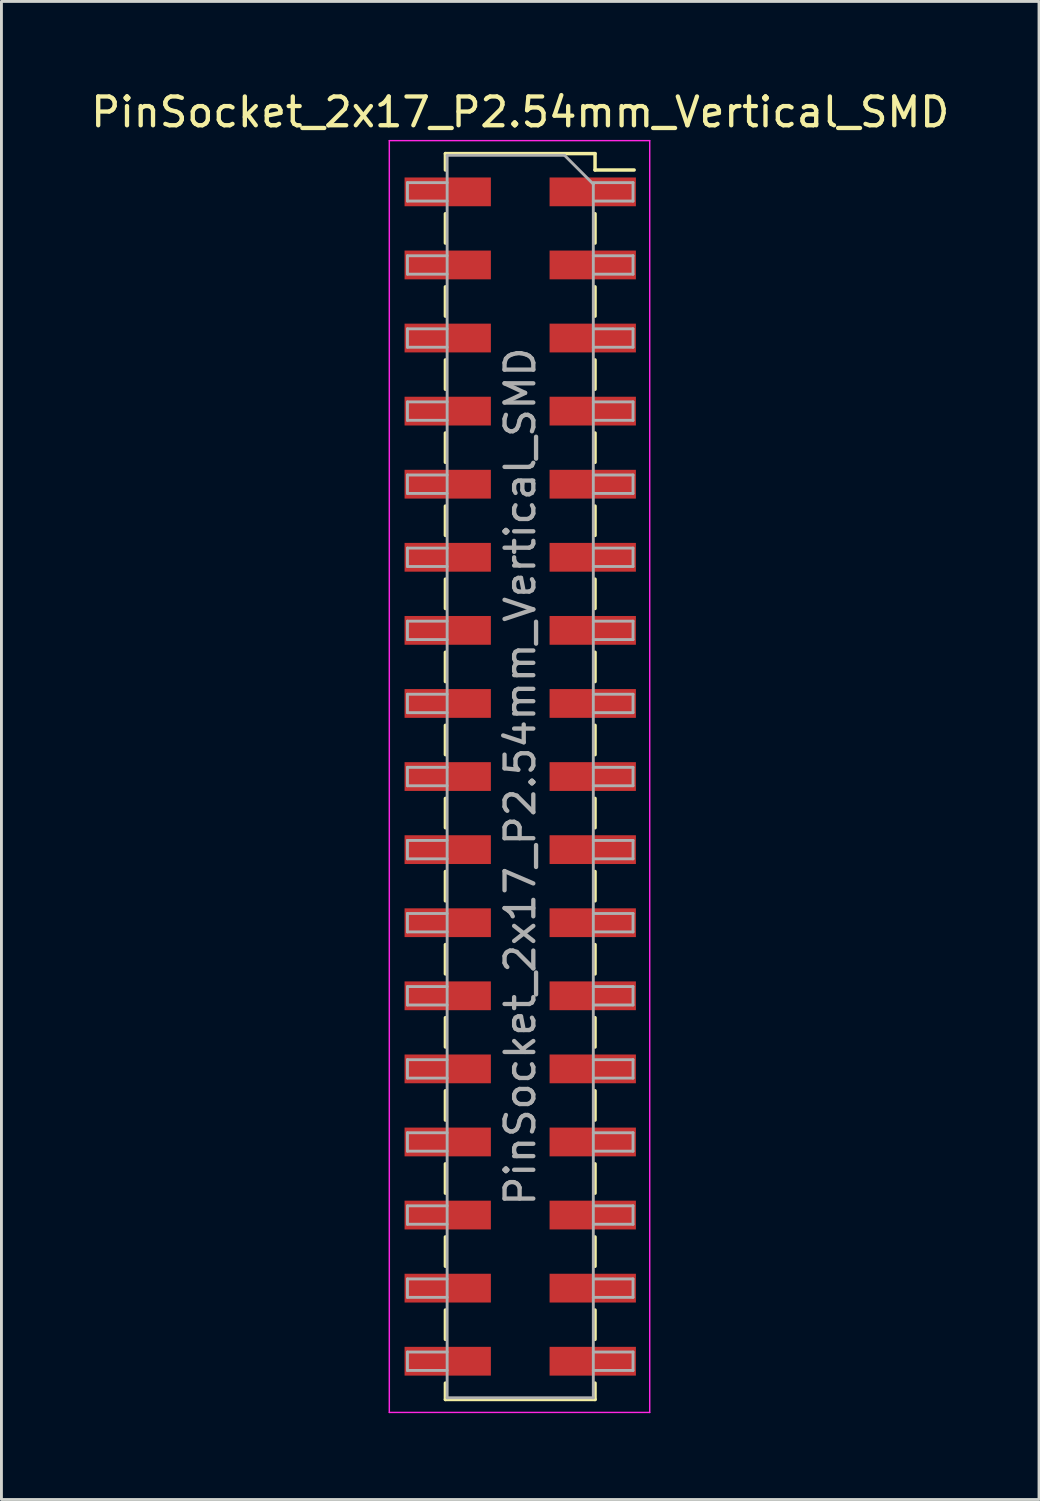
<source format=kicad_pcb>
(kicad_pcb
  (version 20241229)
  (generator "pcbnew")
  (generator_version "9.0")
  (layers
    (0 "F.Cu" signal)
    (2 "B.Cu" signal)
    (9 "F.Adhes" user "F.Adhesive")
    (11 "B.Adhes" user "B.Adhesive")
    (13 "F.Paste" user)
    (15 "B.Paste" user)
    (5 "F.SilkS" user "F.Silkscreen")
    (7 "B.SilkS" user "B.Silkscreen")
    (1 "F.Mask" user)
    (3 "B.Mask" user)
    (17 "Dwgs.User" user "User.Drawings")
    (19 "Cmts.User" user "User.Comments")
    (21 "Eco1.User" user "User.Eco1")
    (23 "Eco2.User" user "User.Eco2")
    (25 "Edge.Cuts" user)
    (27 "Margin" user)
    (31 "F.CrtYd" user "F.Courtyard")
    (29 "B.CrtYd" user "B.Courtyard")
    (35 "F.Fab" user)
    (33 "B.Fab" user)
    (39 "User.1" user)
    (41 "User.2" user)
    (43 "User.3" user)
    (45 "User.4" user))
  (footprint "PinSocket_2x17_P2.54mm_Vertical_SMD"
    (layer "F.Cu")
    (at 15.03 23.938)
    (property "Reference" "PinSocket_2x17_P2.54mm_Vertical_SMD" (at 0 -23.09 0) (layer "F.SilkS") (effects (font (size 1 1) (thickness 0.15))))
    (attr smd)
    (fp_line (start -2.6 -21.65) (end -2.6 -21.08) (stroke (width 0.12) (type solid)) (layer "F.SilkS"))
    (fp_line (start -2.6 -21.65) (end 2.6 -21.65) (stroke (width 0.12) (type solid)) (layer "F.SilkS"))
    (fp_line (start -2.6 -19.56) (end -2.6 -18.54) (stroke (width 0.12) (type solid)) (layer "F.SilkS"))
    (fp_line (start -2.6 -17.02) (end -2.6 -16) (stroke (width 0.12) (type solid)) (layer "F.SilkS"))
    (fp_line (start -2.6 -14.48) (end -2.6 -13.46) (stroke (width 0.12) (type solid)) (layer "F.SilkS"))
    (fp_line (start -2.6 -11.94) (end -2.6 -10.92) (stroke (width 0.12) (type solid)) (layer "F.SilkS"))
    (fp_line (start -2.6 -9.4) (end -2.6 -8.38) (stroke (width 0.12) (type solid)) (layer "F.SilkS"))
    (fp_line (start -2.6 -6.86) (end -2.6 -5.84) (stroke (width 0.12) (type solid)) (layer "F.SilkS"))
    (fp_line (start -2.6 -4.32) (end -2.6 -3.3) (stroke (width 0.12) (type solid)) (layer "F.SilkS"))
    (fp_line (start -2.6 -1.78) (end -2.6 -0.76) (stroke (width 0.12) (type solid)) (layer "F.SilkS"))
    (fp_line (start -2.6 0.76) (end -2.6 1.78) (stroke (width 0.12) (type solid)) (layer "F.SilkS"))
    (fp_line (start -2.6 3.3) (end -2.6 4.32) (stroke (width 0.12) (type solid)) (layer "F.SilkS"))
    (fp_line (start -2.6 5.84) (end -2.6 6.86) (stroke (width 0.12) (type solid)) (layer "F.SilkS"))
    (fp_line (start -2.6 8.38) (end -2.6 9.4) (stroke (width 0.12) (type solid)) (layer "F.SilkS"))
    (fp_line (start -2.6 10.92) (end -2.6 11.94) (stroke (width 0.12) (type solid)) (layer "F.SilkS"))
    (fp_line (start -2.6 13.46) (end -2.6 14.48) (stroke (width 0.12) (type solid)) (layer "F.SilkS"))
    (fp_line (start -2.6 16) (end -2.6 17.02) (stroke (width 0.12) (type solid)) (layer "F.SilkS"))
    (fp_line (start -2.6 18.54) (end -2.6 19.56) (stroke (width 0.12) (type solid)) (layer "F.SilkS"))
    (fp_line (start -2.6 21.08) (end -2.6 21.65) (stroke (width 0.12) (type solid)) (layer "F.SilkS"))
    (fp_line (start -2.6 21.65) (end 2.6 21.65) (stroke (width 0.12) (type solid)) (layer "F.SilkS"))
    (fp_line (start 2.6 -21.65) (end 2.6 -21.08) (stroke (width 0.12) (type solid)) (layer "F.SilkS"))
    (fp_line (start 2.6 -21.08) (end 3.96 -21.08) (stroke (width 0.12) (type solid)) (layer "F.SilkS"))
    (fp_line (start 2.6 -19.56) (end 2.6 -18.54) (stroke (width 0.12) (type solid)) (layer "F.SilkS"))
    (fp_line (start 2.6 -17.02) (end 2.6 -16) (stroke (width 0.12) (type solid)) (layer "F.SilkS"))
    (fp_line (start 2.6 -14.48) (end 2.6 -13.46) (stroke (width 0.12) (type solid)) (layer "F.SilkS"))
    (fp_line (start 2.6 -11.94) (end 2.6 -10.92) (stroke (width 0.12) (type solid)) (layer "F.SilkS"))
    (fp_line (start 2.6 -9.4) (end 2.6 -8.38) (stroke (width 0.12) (type solid)) (layer "F.SilkS"))
    (fp_line (start 2.6 -6.86) (end 2.6 -5.84) (stroke (width 0.12) (type solid)) (layer "F.SilkS"))
    (fp_line (start 2.6 -4.32) (end 2.6 -3.3) (stroke (width 0.12) (type solid)) (layer "F.SilkS"))
    (fp_line (start 2.6 -1.78) (end 2.6 -0.76) (stroke (width 0.12) (type solid)) (layer "F.SilkS"))
    (fp_line (start 2.6 0.76) (end 2.6 1.78) (stroke (width 0.12) (type solid)) (layer "F.SilkS"))
    (fp_line (start 2.6 3.3) (end 2.6 4.32) (stroke (width 0.12) (type solid)) (layer "F.SilkS"))
    (fp_line (start 2.6 5.84) (end 2.6 6.86) (stroke (width 0.12) (type solid)) (layer "F.SilkS"))
    (fp_line (start 2.6 8.38) (end 2.6 9.4) (stroke (width 0.12) (type solid)) (layer "F.SilkS"))
    (fp_line (start 2.6 10.92) (end 2.6 11.94) (stroke (width 0.12) (type solid)) (layer "F.SilkS"))
    (fp_line (start 2.6 13.46) (end 2.6 14.48) (stroke (width 0.12) (type solid)) (layer "F.SilkS"))
    (fp_line (start 2.6 16) (end 2.6 17.02) (stroke (width 0.12) (type solid)) (layer "F.SilkS"))
    (fp_line (start 2.6 18.54) (end 2.6 19.56) (stroke (width 0.12) (type solid)) (layer "F.SilkS"))
    (fp_line (start 2.6 21.08) (end 2.6 21.65) (stroke (width 0.12) (type solid)) (layer "F.SilkS"))
    (fp_line (start -4.55 -22.1) (end 4.5 -22.1) (stroke (width 0.05) (type solid)) (layer "F.CrtYd"))
    (fp_line (start -4.55 22.1) (end -4.55 -22.1) (stroke (width 0.05) (type solid)) (layer "F.CrtYd"))
    (fp_line (start 4.5 -22.1) (end 4.5 22.1) (stroke (width 0.05) (type solid)) (layer "F.CrtYd"))
    (fp_line (start 4.5 22.1) (end -4.55 22.1) (stroke (width 0.05) (type solid)) (layer "F.CrtYd"))
    (fp_line (start -3.92 -20.64) (end -2.54 -20.64) (stroke (width 0.1) (type solid)) (layer "F.Fab"))
    (fp_line (start -3.92 -20) (end -3.92 -20.64) (stroke (width 0.1) (type solid)) (layer "F.Fab"))
    (fp_line (start -3.92 -18.1) (end -2.54 -18.1) (stroke (width 0.1) (type solid)) (layer "F.Fab"))
    (fp_line (start -3.92 -17.46) (end -3.92 -18.1) (stroke (width 0.1) (type solid)) (layer "F.Fab"))
    (fp_line (start -3.92 -15.56) (end -2.54 -15.56) (stroke (width 0.1) (type solid)) (layer "F.Fab"))
    (fp_line (start -3.92 -14.92) (end -3.92 -15.56) (stroke (width 0.1) (type solid)) (layer "F.Fab"))
    (fp_line (start -3.92 -13.02) (end -2.54 -13.02) (stroke (width 0.1) (type solid)) (layer "F.Fab"))
    (fp_line (start -3.92 -12.38) (end -3.92 -13.02) (stroke (width 0.1) (type solid)) (layer "F.Fab"))
    (fp_line (start -3.92 -10.48) (end -2.54 -10.48) (stroke (width 0.1) (type solid)) (layer "F.Fab"))
    (fp_line (start -3.92 -9.84) (end -3.92 -10.48) (stroke (width 0.1) (type solid)) (layer "F.Fab"))
    (fp_line (start -3.92 -7.94) (end -2.54 -7.94) (stroke (width 0.1) (type solid)) (layer "F.Fab"))
    (fp_line (start -3.92 -7.3) (end -3.92 -7.94) (stroke (width 0.1) (type solid)) (layer "F.Fab"))
    (fp_line (start -3.92 -5.4) (end -2.54 -5.4) (stroke (width 0.1) (type solid)) (layer "F.Fab"))
    (fp_line (start -3.92 -4.76) (end -3.92 -5.4) (stroke (width 0.1) (type solid)) (layer "F.Fab"))
    (fp_line (start -3.92 -2.86) (end -2.54 -2.86) (stroke (width 0.1) (type solid)) (layer "F.Fab"))
    (fp_line (start -3.92 -2.22) (end -3.92 -2.86) (stroke (width 0.1) (type solid)) (layer "F.Fab"))
    (fp_line (start -3.92 -0.32) (end -2.54 -0.32) (stroke (width 0.1) (type solid)) (layer "F.Fab"))
    (fp_line (start -3.92 0.32) (end -3.92 -0.32) (stroke (width 0.1) (type solid)) (layer "F.Fab"))
    (fp_line (start -3.92 2.22) (end -2.54 2.22) (stroke (width 0.1) (type solid)) (layer "F.Fab"))
    (fp_line (start -3.92 2.86) (end -3.92 2.22) (stroke (width 0.1) (type solid)) (layer "F.Fab"))
    (fp_line (start -3.92 4.76) (end -2.54 4.76) (stroke (width 0.1) (type solid)) (layer "F.Fab"))
    (fp_line (start -3.92 5.4) (end -3.92 4.76) (stroke (width 0.1) (type solid)) (layer "F.Fab"))
    (fp_line (start -3.92 7.3) (end -2.54 7.3) (stroke (width 0.1) (type solid)) (layer "F.Fab"))
    (fp_line (start -3.92 7.94) (end -3.92 7.3) (stroke (width 0.1) (type solid)) (layer "F.Fab"))
    (fp_line (start -3.92 9.84) (end -2.54 9.84) (stroke (width 0.1) (type solid)) (layer "F.Fab"))
    (fp_line (start -3.92 10.48) (end -3.92 9.84) (stroke (width 0.1) (type solid)) (layer "F.Fab"))
    (fp_line (start -3.92 12.38) (end -2.54 12.38) (stroke (width 0.1) (type solid)) (layer "F.Fab"))
    (fp_line (start -3.92 13.02) (end -3.92 12.38) (stroke (width 0.1) (type solid)) (layer "F.Fab"))
    (fp_line (start -3.92 14.92) (end -2.54 14.92) (stroke (width 0.1) (type solid)) (layer "F.Fab"))
    (fp_line (start -3.92 15.56) (end -3.92 14.92) (stroke (width 0.1) (type solid)) (layer "F.Fab"))
    (fp_line (start -3.92 17.46) (end -2.54 17.46) (stroke (width 0.1) (type solid)) (layer "F.Fab"))
    (fp_line (start -3.92 18.1) (end -3.92 17.46) (stroke (width 0.1) (type solid)) (layer "F.Fab"))
    (fp_line (start -3.92 20) (end -2.54 20) (stroke (width 0.1) (type solid)) (layer "F.Fab"))
    (fp_line (start -3.92 20.64) (end -3.92 20) (stroke (width 0.1) (type solid)) (layer "F.Fab"))
    (fp_line (start -2.54 -21.59) (end 1.54 -21.59) (stroke (width 0.1) (type solid)) (layer "F.Fab"))
    (fp_line (start -2.54 -20) (end -3.92 -20) (stroke (width 0.1) (type solid)) (layer "F.Fab"))
    (fp_line (start -2.54 -17.46) (end -3.92 -17.46) (stroke (width 0.1) (type solid)) (layer "F.Fab"))
    (fp_line (start -2.54 -14.92) (end -3.92 -14.92) (stroke (width 0.1) (type solid)) (layer "F.Fab"))
    (fp_line (start -2.54 -12.38) (end -3.92 -12.38) (stroke (width 0.1) (type solid)) (layer "F.Fab"))
    (fp_line (start -2.54 -9.84) (end -3.92 -9.84) (stroke (width 0.1) (type solid)) (layer "F.Fab"))
    (fp_line (start -2.54 -7.3) (end -3.92 -7.3) (stroke (width 0.1) (type solid)) (layer "F.Fab"))
    (fp_line (start -2.54 -4.76) (end -3.92 -4.76) (stroke (width 0.1) (type solid)) (layer "F.Fab"))
    (fp_line (start -2.54 -2.22) (end -3.92 -2.22) (stroke (width 0.1) (type solid)) (layer "F.Fab"))
    (fp_line (start -2.54 0.32) (end -3.92 0.32) (stroke (width 0.1) (type solid)) (layer "F.Fab"))
    (fp_line (start -2.54 2.86) (end -3.92 2.86) (stroke (width 0.1) (type solid)) (layer "F.Fab"))
    (fp_line (start -2.54 5.4) (end -3.92 5.4) (stroke (width 0.1) (type solid)) (layer "F.Fab"))
    (fp_line (start -2.54 7.94) (end -3.92 7.94) (stroke (width 0.1) (type solid)) (layer "F.Fab"))
    (fp_line (start -2.54 10.48) (end -3.92 10.48) (stroke (width 0.1) (type solid)) (layer "F.Fab"))
    (fp_line (start -2.54 13.02) (end -3.92 13.02) (stroke (width 0.1) (type solid)) (layer "F.Fab"))
    (fp_line (start -2.54 15.56) (end -3.92 15.56) (stroke (width 0.1) (type solid)) (layer "F.Fab"))
    (fp_line (start -2.54 18.1) (end -3.92 18.1) (stroke (width 0.1) (type solid)) (layer "F.Fab"))
    (fp_line (start -2.54 20.64) (end -3.92 20.64) (stroke (width 0.1) (type solid)) (layer "F.Fab"))
    (fp_line (start -2.54 21.59) (end -2.54 -21.59) (stroke (width 0.1) (type solid)) (layer "F.Fab"))
    (fp_line (start 1.54 -21.59) (end 2.54 -20.59) (stroke (width 0.1) (type solid)) (layer "F.Fab"))
    (fp_line (start 2.54 -20.64) (end 3.92 -20.64) (stroke (width 0.1) (type solid)) (layer "F.Fab"))
    (fp_line (start 2.54 -20.59) (end 2.54 21.59) (stroke (width 0.1) (type solid)) (layer "F.Fab"))
    (fp_line (start 2.54 -18.1) (end 3.92 -18.1) (stroke (width 0.1) (type solid)) (layer "F.Fab"))
    (fp_line (start 2.54 -15.56) (end 3.92 -15.56) (stroke (width 0.1) (type solid)) (layer "F.Fab"))
    (fp_line (start 2.54 -13.02) (end 3.92 -13.02) (stroke (width 0.1) (type solid)) (layer "F.Fab"))
    (fp_line (start 2.54 -10.48) (end 3.92 -10.48) (stroke (width 0.1) (type solid)) (layer "F.Fab"))
    (fp_line (start 2.54 -7.94) (end 3.92 -7.94) (stroke (width 0.1) (type solid)) (layer "F.Fab"))
    (fp_line (start 2.54 -5.4) (end 3.92 -5.4) (stroke (width 0.1) (type solid)) (layer "F.Fab"))
    (fp_line (start 2.54 -2.86) (end 3.92 -2.86) (stroke (width 0.1) (type solid)) (layer "F.Fab"))
    (fp_line (start 2.54 -0.32) (end 3.92 -0.32) (stroke (width 0.1) (type solid)) (layer "F.Fab"))
    (fp_line (start 2.54 2.22) (end 3.92 2.22) (stroke (width 0.1) (type solid)) (layer "F.Fab"))
    (fp_line (start 2.54 4.76) (end 3.92 4.76) (stroke (width 0.1) (type solid)) (layer "F.Fab"))
    (fp_line (start 2.54 7.3) (end 3.92 7.3) (stroke (width 0.1) (type solid)) (layer "F.Fab"))
    (fp_line (start 2.54 9.84) (end 3.92 9.84) (stroke (width 0.1) (type solid)) (layer "F.Fab"))
    (fp_line (start 2.54 12.38) (end 3.92 12.38) (stroke (width 0.1) (type solid)) (layer "F.Fab"))
    (fp_line (start 2.54 14.92) (end 3.92 14.92) (stroke (width 0.1) (type solid)) (layer "F.Fab"))
    (fp_line (start 2.54 17.46) (end 3.92 17.46) (stroke (width 0.1) (type solid)) (layer "F.Fab"))
    (fp_line (start 2.54 20) (end 3.92 20) (stroke (width 0.1) (type solid)) (layer "F.Fab"))
    (fp_line (start 2.54 21.59) (end -2.54 21.59) (stroke (width 0.1) (type solid)) (layer "F.Fab"))
    (fp_line (start 3.92 -20.64) (end 3.92 -20) (stroke (width 0.1) (type solid)) (layer "F.Fab"))
    (fp_line (start 3.92 -20) (end 2.54 -20) (stroke (width 0.1) (type solid)) (layer "F.Fab"))
    (fp_line (start 3.92 -18.1) (end 3.92 -17.46) (stroke (width 0.1) (type solid)) (layer "F.Fab"))
    (fp_line (start 3.92 -17.46) (end 2.54 -17.46) (stroke (width 0.1) (type solid)) (layer "F.Fab"))
    (fp_line (start 3.92 -15.56) (end 3.92 -14.92) (stroke (width 0.1) (type solid)) (layer "F.Fab"))
    (fp_line (start 3.92 -14.92) (end 2.54 -14.92) (stroke (width 0.1) (type solid)) (layer "F.Fab"))
    (fp_line (start 3.92 -13.02) (end 3.92 -12.38) (stroke (width 0.1) (type solid)) (layer "F.Fab"))
    (fp_line (start 3.92 -12.38) (end 2.54 -12.38) (stroke (width 0.1) (type solid)) (layer "F.Fab"))
    (fp_line (start 3.92 -10.48) (end 3.92 -9.84) (stroke (width 0.1) (type solid)) (layer "F.Fab"))
    (fp_line (start 3.92 -9.84) (end 2.54 -9.84) (stroke (width 0.1) (type solid)) (layer "F.Fab"))
    (fp_line (start 3.92 -7.94) (end 3.92 -7.3) (stroke (width 0.1) (type solid)) (layer "F.Fab"))
    (fp_line (start 3.92 -7.3) (end 2.54 -7.3) (stroke (width 0.1) (type solid)) (layer "F.Fab"))
    (fp_line (start 3.92 -5.4) (end 3.92 -4.76) (stroke (width 0.1) (type solid)) (layer "F.Fab"))
    (fp_line (start 3.92 -4.76) (end 2.54 -4.76) (stroke (width 0.1) (type solid)) (layer "F.Fab"))
    (fp_line (start 3.92 -2.86) (end 3.92 -2.22) (stroke (width 0.1) (type solid)) (layer "F.Fab"))
    (fp_line (start 3.92 -2.22) (end 2.54 -2.22) (stroke (width 0.1) (type solid)) (layer "F.Fab"))
    (fp_line (start 3.92 -0.32) (end 3.92 0.32) (stroke (width 0.1) (type solid)) (layer "F.Fab"))
    (fp_line (start 3.92 0.32) (end 2.54 0.32) (stroke (width 0.1) (type solid)) (layer "F.Fab"))
    (fp_line (start 3.92 2.22) (end 3.92 2.86) (stroke (width 0.1) (type solid)) (layer "F.Fab"))
    (fp_line (start 3.92 2.86) (end 2.54 2.86) (stroke (width 0.1) (type solid)) (layer "F.Fab"))
    (fp_line (start 3.92 4.76) (end 3.92 5.4) (stroke (width 0.1) (type solid)) (layer "F.Fab"))
    (fp_line (start 3.92 5.4) (end 2.54 5.4) (stroke (width 0.1) (type solid)) (layer "F.Fab"))
    (fp_line (start 3.92 7.3) (end 3.92 7.94) (stroke (width 0.1) (type solid)) (layer "F.Fab"))
    (fp_line (start 3.92 7.94) (end 2.54 7.94) (stroke (width 0.1) (type solid)) (layer "F.Fab"))
    (fp_line (start 3.92 9.84) (end 3.92 10.48) (stroke (width 0.1) (type solid)) (layer "F.Fab"))
    (fp_line (start 3.92 10.48) (end 2.54 10.48) (stroke (width 0.1) (type solid)) (layer "F.Fab"))
    (fp_line (start 3.92 12.38) (end 3.92 13.02) (stroke (width 0.1) (type solid)) (layer "F.Fab"))
    (fp_line (start 3.92 13.02) (end 2.54 13.02) (stroke (width 0.1) (type solid)) (layer "F.Fab"))
    (fp_line (start 3.92 14.92) (end 3.92 15.56) (stroke (width 0.1) (type solid)) (layer "F.Fab"))
    (fp_line (start 3.92 15.56) (end 2.54 15.56) (stroke (width 0.1) (type solid)) (layer "F.Fab"))
    (fp_line (start 3.92 17.46) (end 3.92 18.1) (stroke (width 0.1) (type solid)) (layer "F.Fab"))
    (fp_line (start 3.92 18.1) (end 2.54 18.1) (stroke (width 0.1) (type solid)) (layer "F.Fab"))
    (fp_line (start 3.92 20) (end 3.92 20.64) (stroke (width 0.1) (type solid)) (layer "F.Fab"))
    (fp_line (start 3.92 20.64) (end 2.54 20.64) (stroke (width 0.1) (type solid)) (layer "F.Fab"))
    (fp_text user "${REFERENCE}" (at 0 0 90) (layer "F.Fab") (effects (font (size 1 1) (thickness 0.15))))
    (pad "1" smd rect (at 2.52 -20.32) (size 3 1) (layers "F.Cu" "F.Mask" "F.Paste"))
    (pad "2" smd rect (at -2.52 -20.32) (size 3 1) (layers "F.Cu" "F.Mask" "F.Paste"))
    (pad "3" smd rect (at 2.52 -17.78) (size 3 1) (layers "F.Cu" "F.Mask" "F.Paste"))
    (pad "4" smd rect (at -2.52 -17.78) (size 3 1) (layers "F.Cu" "F.Mask" "F.Paste"))
    (pad "5" smd rect (at 2.52 -15.24) (size 3 1) (layers "F.Cu" "F.Mask" "F.Paste"))
    (pad "6" smd rect (at -2.52 -15.24) (size 3 1) (layers "F.Cu" "F.Mask" "F.Paste"))
    (pad "7" smd rect (at 2.52 -12.7) (size 3 1) (layers "F.Cu" "F.Mask" "F.Paste"))
    (pad "8" smd rect (at -2.52 -12.7) (size 3 1) (layers "F.Cu" "F.Mask" "F.Paste"))
    (pad "9" smd rect (at 2.52 -10.16) (size 3 1) (layers "F.Cu" "F.Mask" "F.Paste"))
    (pad "10" smd rect (at -2.52 -10.16) (size 3 1) (layers "F.Cu" "F.Mask" "F.Paste"))
    (pad "11" smd rect (at 2.52 -7.62) (size 3 1) (layers "F.Cu" "F.Mask" "F.Paste"))
    (pad "12" smd rect (at -2.52 -7.62) (size 3 1) (layers "F.Cu" "F.Mask" "F.Paste"))
    (pad "13" smd rect (at 2.52 -5.08) (size 3 1) (layers "F.Cu" "F.Mask" "F.Paste"))
    (pad "14" smd rect (at -2.52 -5.08) (size 3 1) (layers "F.Cu" "F.Mask" "F.Paste"))
    (pad "15" smd rect (at 2.52 -2.54) (size 3 1) (layers "F.Cu" "F.Mask" "F.Paste"))
    (pad "16" smd rect (at -2.52 -2.54) (size 3 1) (layers "F.Cu" "F.Mask" "F.Paste"))
    (pad "17" smd rect (at 2.52 0) (size 3 1) (layers "F.Cu" "F.Mask" "F.Paste"))
    (pad "18" smd rect (at -2.52 0) (size 3 1) (layers "F.Cu" "F.Mask" "F.Paste"))
    (pad "19" smd rect (at 2.52 2.54) (size 3 1) (layers "F.Cu" "F.Mask" "F.Paste"))
    (pad "20" smd rect (at -2.52 2.54) (size 3 1) (layers "F.Cu" "F.Mask" "F.Paste"))
    (pad "21" smd rect (at 2.52 5.08) (size 3 1) (layers "F.Cu" "F.Mask" "F.Paste"))
    (pad "22" smd rect (at -2.52 5.08) (size 3 1) (layers "F.Cu" "F.Mask" "F.Paste"))
    (pad "23" smd rect (at 2.52 7.62) (size 3 1) (layers "F.Cu" "F.Mask" "F.Paste"))
    (pad "24" smd rect (at -2.52 7.62) (size 3 1) (layers "F.Cu" "F.Mask" "F.Paste"))
    (pad "25" smd rect (at 2.52 10.16) (size 3 1) (layers "F.Cu" "F.Mask" "F.Paste"))
    (pad "26" smd rect (at -2.52 10.16) (size 3 1) (layers "F.Cu" "F.Mask" "F.Paste"))
    (pad "27" smd rect (at 2.52 12.7) (size 3 1) (layers "F.Cu" "F.Mask" "F.Paste"))
    (pad "28" smd rect (at -2.52 12.7) (size 3 1) (layers "F.Cu" "F.Mask" "F.Paste"))
    (pad "29" smd rect (at 2.52 15.24) (size 3 1) (layers "F.Cu" "F.Mask" "F.Paste"))
    (pad "30" smd rect (at -2.52 15.24) (size 3 1) (layers "F.Cu" "F.Mask" "F.Paste"))
    (pad "31" smd rect (at 2.52 17.78) (size 3 1) (layers "F.Cu" "F.Mask" "F.Paste"))
    (pad "32" smd rect (at -2.52 17.78) (size 3 1) (layers "F.Cu" "F.Mask" "F.Paste"))
    (pad "33" smd rect (at 2.52 20.32) (size 3 1) (layers "F.Cu" "F.Mask" "F.Paste"))
    (pad "34" smd rect (at -2.52 20.32) (size 3 1) (layers "F.Cu" "F.Mask" "F.Paste")))
  (gr_rect
    (start -3 -3)
    (end 33.06 49.063)
    (stroke (width 0.1) (type default))
    (fill no)
    (layer "Edge.Cuts")))
</source>
